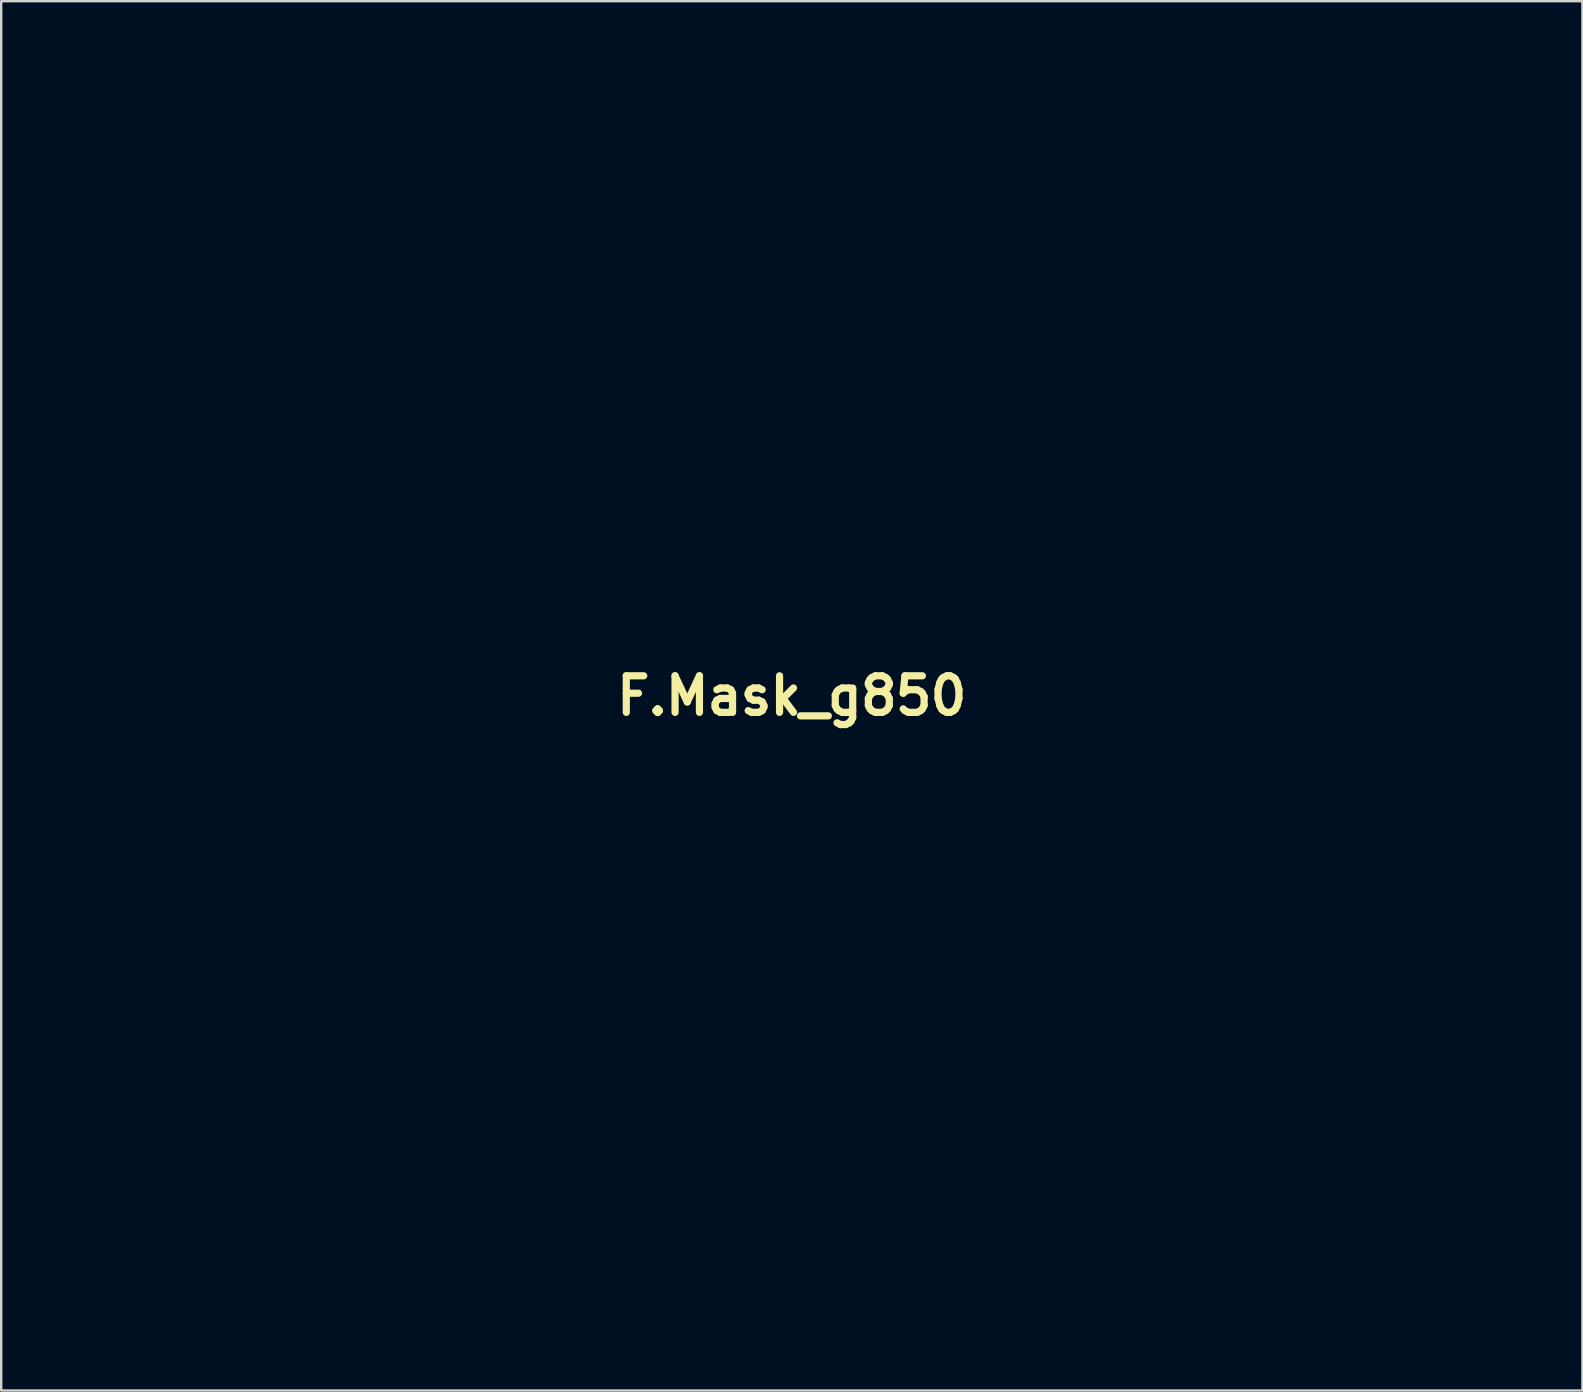
<source format=kicad_pcb>
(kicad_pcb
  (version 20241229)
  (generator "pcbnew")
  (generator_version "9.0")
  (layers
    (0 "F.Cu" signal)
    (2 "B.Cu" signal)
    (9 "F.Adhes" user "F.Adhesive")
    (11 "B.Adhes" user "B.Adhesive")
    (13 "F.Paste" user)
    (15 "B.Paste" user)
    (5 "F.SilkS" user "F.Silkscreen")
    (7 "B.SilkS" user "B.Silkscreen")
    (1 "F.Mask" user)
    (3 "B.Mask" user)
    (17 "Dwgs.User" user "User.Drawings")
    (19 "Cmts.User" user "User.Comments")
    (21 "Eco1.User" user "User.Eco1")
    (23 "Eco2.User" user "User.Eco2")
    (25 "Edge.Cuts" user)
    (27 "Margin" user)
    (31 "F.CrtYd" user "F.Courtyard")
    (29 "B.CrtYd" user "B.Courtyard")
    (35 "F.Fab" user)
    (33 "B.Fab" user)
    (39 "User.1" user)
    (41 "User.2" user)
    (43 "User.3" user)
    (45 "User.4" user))
  (footprint "F.Mask_g850"
    (layer "F.Cu")
    (at 29.942 25.945)
    (property "Reference" "F.Mask_g850" (at 0 0 0) (layer "F.SilkS") (effects (font (size 1.524 1.524) (thickness 0.3))))
    (attr through_hole)
    (fp_poly (pts (xy 22.458 -12.977) (xy 22.856 -12.289) (xy 23.248 -11.61) (xy 23.635 -10.941) (xy 24.015 -10.283) (xy 24.388 -9.637) (xy 24.754 -9.003) (xy 25.112 -8.383) (xy 25.462 -7.778) (xy 25.802 -7.188) (xy 26.133 -6.615) (xy 26.454 -6.059) (xy 26.765 -5.521) (xy 27.064 -5.002) (xy 27.352 -4.504) (xy 27.627 -4.026) (xy 27.89 -3.571) (xy 28.139 -3.138) (xy 28.375 -2.729) (xy 28.596 -2.345) (xy 28.803 -1.987) (xy 28.994 -1.655) (xy 29.169 -1.351) (xy 29.328 -1.075) (xy 29.47 -0.828) (xy 29.594 -0.612) (xy 29.701 -0.427) (xy 29.788 -0.274) (xy 29.857 -0.154) (xy 29.906 -0.068) (xy 29.934 -0.017) (xy 29.943 -0.002) (xy 29.929 0.022) (xy 29.895 0.082) (xy 29.841 0.176) (xy 29.768 0.303) (xy 29.676 0.462) (xy 29.567 0.652) (xy 29.441 0.871) (xy 29.298 1.12) (xy 29.139 1.395) (xy 28.965 1.698) (xy 28.776 2.025) (xy 28.573 2.376) (xy 28.358 2.751) (xy 28.129 3.147) (xy 27.889 3.564) (xy 27.637 4) (xy 27.375 4.455) (xy 27.102 4.928) (xy 26.821 5.416) (xy 26.53 5.92) (xy 26.232 6.437) (xy 25.926 6.968) (xy 25.613 7.51) (xy 25.294 8.062) (xy 24.97 8.624) (xy 24.641 9.195) (xy 24.308 9.772) (xy 23.971 10.356) (xy 23.632 10.945) (xy 23.29 11.537) (xy 22.947 12.132) (xy 22.603 12.729) (xy 22.258 13.325) (xy 21.914 13.922) (xy 21.571 14.516) (xy 21.23 15.108) (xy 20.891 15.695) (xy 20.555 16.277) (xy 20.223 16.853) (xy 19.895 17.421) (xy 19.572 17.981) (xy 19.255 18.531) (xy 18.944 19.07) (xy 18.639 19.597) (xy 18.343 20.111) (xy 18.054 20.611) (xy 17.775 21.095) (xy 17.505 21.563) (xy 17.245 22.014) (xy 16.995 22.445) (xy 16.758 22.857) (xy 16.532 23.247) (xy 16.32 23.616) (xy 16.12 23.961) (xy 15.935 24.282) (xy 15.764 24.577) (xy 15.609 24.846) (xy 15.47 25.087) (xy 15.347 25.299) (xy 15.242 25.481) (xy 15.155 25.631) (xy 15.086 25.75) (xy 15.037 25.835) (xy 15.007 25.885) (xy 14.999 25.9) (xy 14.986 25.902) (xy 14.951 25.904) (xy 14.893 25.905) (xy 14.812 25.907) (xy 14.706 25.908) (xy 14.575 25.91) (xy 14.419 25.911) (xy 14.237 25.912) (xy 14.028 25.913) (xy 13.791 25.915) (xy 13.526 25.916) (xy 13.233 25.917) (xy 12.91 25.918) (xy 12.557 25.919) (xy 12.174 25.92) (xy 11.759 25.921) (xy 11.313 25.922) (xy 10.834 25.923) (xy 10.321 25.924) (xy 9.775 25.925) (xy 9.194 25.926) (xy 8.579 25.927) (xy 7.927 25.928) (xy 7.239 25.928) (xy 6.515 25.929) (xy 5.752 25.93) (xy 4.951 25.931) (xy 4.112 25.931) (xy 3.232 25.932) (xy 2.313 25.933) (xy 1.352 25.934) (xy 0.351 25.934) (xy 0.005 25.934) (xy -14.965 25.944) (xy -15.045 25.804) (xy -15.06 25.779) (xy -15.096 25.717) (xy -15.151 25.621) (xy -15.226 25.491) (xy -15.321 25.328) (xy -15.433 25.133) (xy -15.564 24.908) (xy -15.712 24.652) (xy -15.876 24.367) (xy -16.057 24.054) (xy -16.254 23.713) (xy -16.466 23.346) (xy -16.692 22.954) (xy -16.933 22.538) (xy -17.187 22.098) (xy -17.455 21.635) (xy -17.734 21.151) (xy -18.026 20.646) (xy -18.329 20.122) (xy -18.643 19.579) (xy -18.967 19.018) (xy -19.301 18.44) (xy -19.645 17.846) (xy -19.996 17.237) (xy -20.356 16.614) (xy -20.724 15.978) (xy -21.099 15.33) (xy -21.48 14.67) (xy -21.867 14) (xy -22.259 13.321) (xy -22.531 12.85) (xy -22.927 12.166) (xy -23.317 11.491) (xy -23.701 10.826) (xy -24.079 10.172) (xy -24.45 9.529) (xy -24.814 8.899) (xy -25.17 8.283) (xy -25.517 7.682) (xy -25.855 7.096) (xy -26.184 6.526) (xy -26.503 5.974) (xy -26.811 5.44) (xy -27.108 4.926) (xy -27.393 4.431) (xy -27.666 3.958) (xy -27.927 3.507) (xy -28.174 3.078) (xy -28.407 2.674) (xy -28.626 2.294) (xy -28.83 1.94) (xy -29.018 1.613) (xy -29.191 1.313) (xy -29.347 1.042) (xy -29.486 0.801) (xy -29.607 0.59) (xy -29.71 0.41) (xy -29.795 0.262) (xy -29.86 0.148) (xy -29.906 0.068) (xy -29.931 0.022) (xy -29.937 0.012) (xy -29.926 -0.007) (xy -29.895 -0.062) (xy -29.844 -0.151) (xy -29.774 -0.274) (xy -29.686 -0.428) (xy -29.579 -0.614) (xy -29.455 -0.829) (xy -29.315 -1.074) (xy -29.159 -1.346) (xy -28.987 -1.644) (xy -28.801 -1.968) (xy -28.601 -2.316) (xy -28.387 -2.687) (xy -28.161 -3.081) (xy -27.922 -3.495) (xy -27.672 -3.929) (xy -27.412 -4.381) (xy -27.141 -4.851) (xy -26.861 -5.338) (xy -26.572 -5.839) (xy -26.275 -6.355) (xy -25.97 -6.883) (xy -25.659 -7.424) (xy -25.341 -7.975) (xy -25.018 -8.536) (xy -24.69 -9.105) (xy -24.357 -9.682) (xy -24.021 -10.265) (xy -23.683 -10.853) (xy -23.341 -11.445) (xy -22.998 -12.04) (xy -22.655 -12.636) (xy -22.31 -13.233) (xy -21.966 -13.83) (xy -21.624 -14.424) (xy -21.282 -15.016) (xy -20.943 -15.604) (xy -20.607 -16.187) (xy -20.274 -16.764) (xy -19.946 -17.333) (xy -19.622 -17.895) (xy -19.304 -18.446) (xy -18.992 -18.987) (xy -18.687 -19.516) (xy -18.389 -20.031) (xy -18.1 -20.533) (xy -17.819 -21.02) (xy -17.547 -21.49) (xy -17.286 -21.943) (xy -17.035 -22.377) (xy -16.796 -22.792) (xy -16.569 -23.185) (xy -16.354 -23.557) (xy -16.153 -23.905) (xy -15.965 -24.23) (xy -15.793 -24.529) (xy -15.635 -24.801) (xy -15.493 -25.046) (xy -15.368 -25.262) (xy -15.26 -25.448) (xy -15.17 -25.603) (xy -15.099 -25.726) (xy -15.047 -25.816) (xy -15.014 -25.871) (xy -15.002 -25.891) (xy -14.998 -25.893) (xy -14.989 -25.895) (xy -14.975 -25.897) (xy -14.953 -25.899) (xy -14.924 -25.901) (xy -14.886 -25.903) (xy -14.839 -25.905) (xy -14.781 -25.906) (xy -14.712 -25.908) (xy -14.631 -25.909) (xy -14.536 -25.911) (xy -14.428 -25.912) (xy -14.305 -25.913) (xy -14.165 -25.914) (xy -14.009 -25.915) (xy -13.836 -25.916) (xy -13.643 -25.917) (xy -13.432 -25.918) (xy -13.2 -25.919) (xy -12.946 -25.92) (xy -12.67 -25.921) (xy -12.372 -25.922) (xy -12.049 -25.923) (xy -11.701 -25.923) (xy -11.327 -25.924) (xy -10.927 -25.925) (xy -10.499 -25.925) (xy -10.042 -25.926) (xy -9.556 -25.926) (xy -9.039 -25.927) (xy -8.491 -25.927) (xy -7.911 -25.928) (xy -7.298 -25.928) (xy -6.651 -25.929) (xy -5.969 -25.929) (xy -5.251 -25.93) (xy -4.496 -25.93) (xy -3.704 -25.931) (xy -2.873 -25.931) (xy -2.002 -25.932) (xy -1.091 -25.932) (xy -0.139 -25.932) (xy -0.004 -25.933) (xy 14.968 -25.94) (xy 22.458 -12.977)) (stroke (width 0.01) (type solid)) (fill yes) (layer "F.Mask")))
  (gr_rect
    (start -3 -3)
    (end 62.889 54.894)
    (stroke (width 0.1) (type default))
    (fill no)
    (layer "Edge.Cuts")))
</source>
